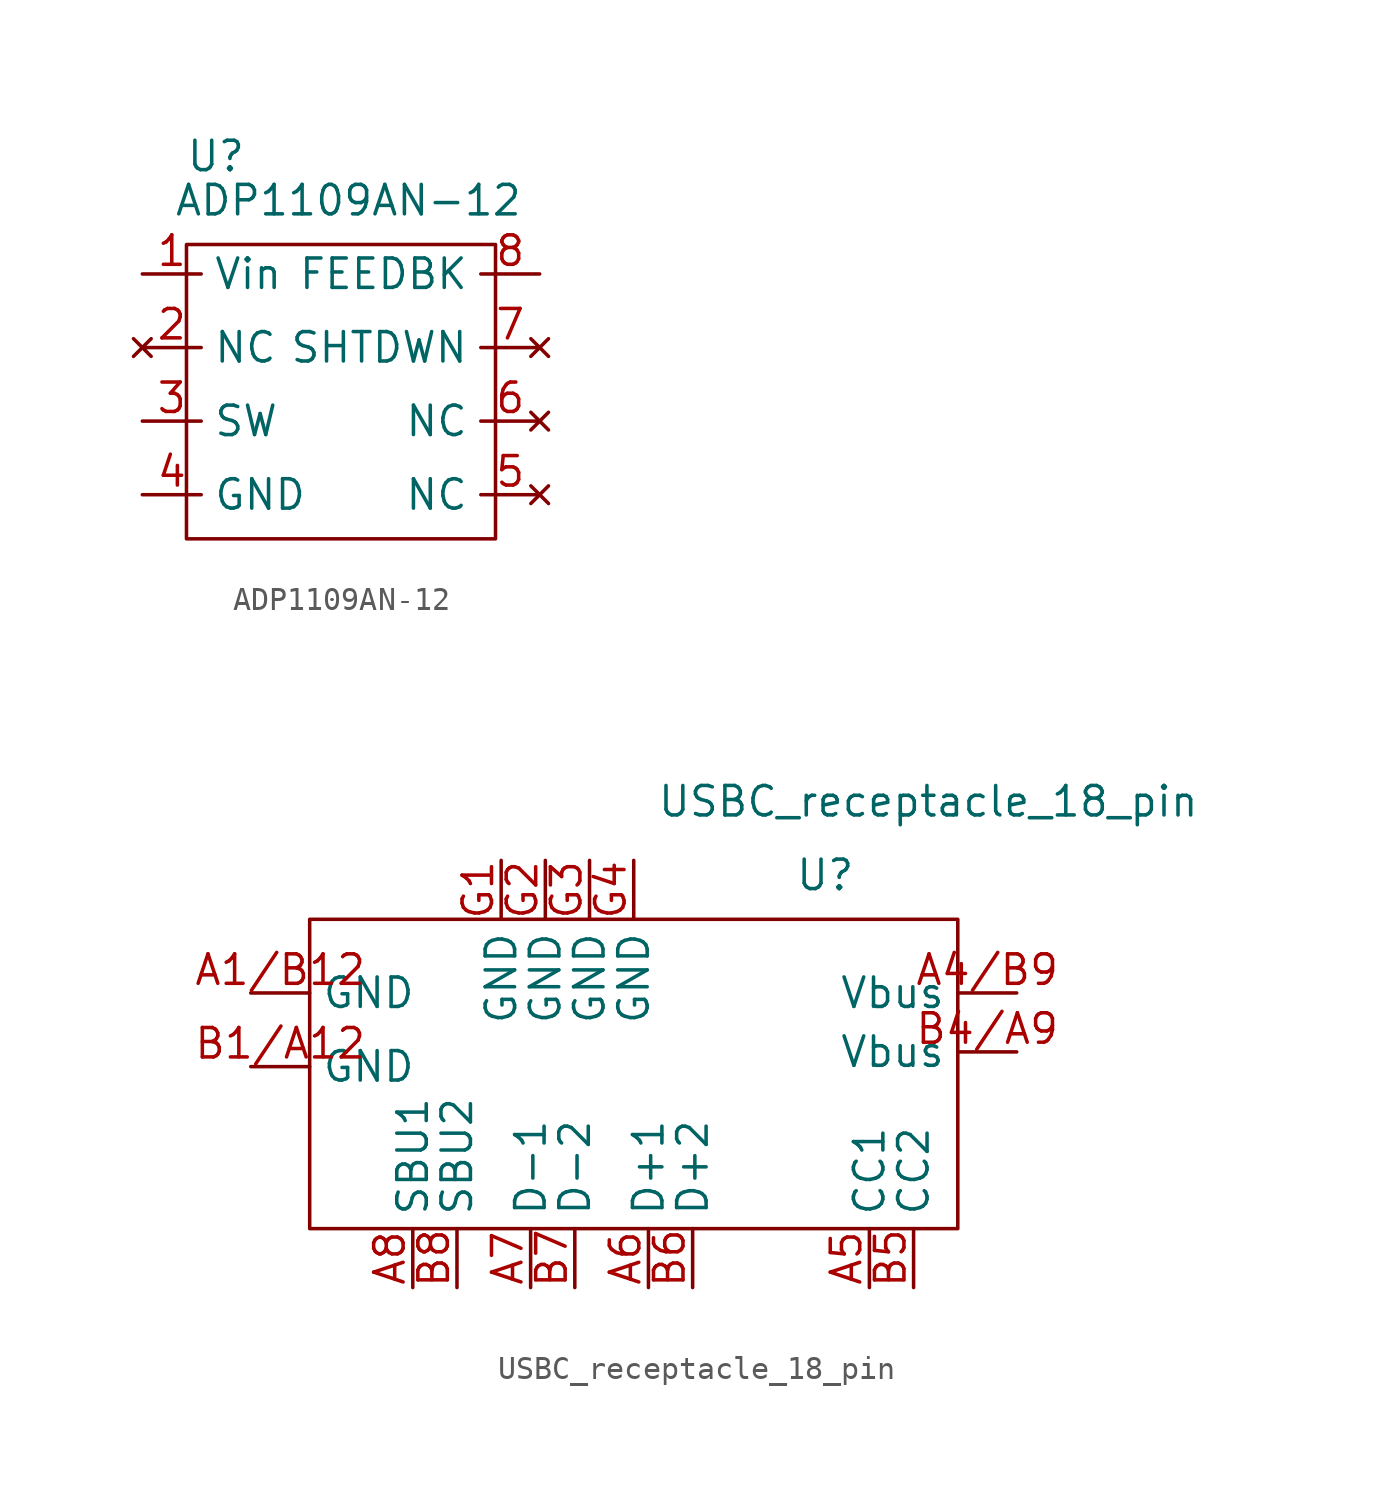
<source format=kicad_sym>
(kicad_symbol_lib
  (version 20211014)
  (generator kicad_symbol_editor)
  (symbol "ADP1109AN-12"
    (property "Reference" "U"
      (at -15.24 11.43 0)
      (effects (font (size 1.27 1.27))))
    (property "Value" "ADP1109AN-12"
      (at -9.525 9.525 0)
      (effects (font (size 1.27 1.27))))
    (symbol "ADP1109AN-12_0_1"
      (rectangle (start -16.51 7.62) (end -3.175 -5.08) (stroke (width 0) (type default) (color 0 0 0 0)) (fill (type none))))
    (symbol "ADP1109AN-12_1_1"
      (pin passive line (at -18.415 6.35 0) (length 2.54) (name "Vin" (effects (font (size 1.27 1.27)))) (number "1" (effects (font (size 1.27 1.27)))))
      (pin no_connect line (at -18.415 3.175 0) (length 2.54) (name "NC" (effects (font (size 1.27 1.27)))) (number "2" (effects (font (size 1.27 1.27)))))
      (pin input line (at -18.415 0 0) (length 2.54) (name "SW" (effects (font (size 1.27 1.27)))) (number "3" (effects (font (size 1.27 1.27)))))
      (pin passive line (at -18.415 -3.175 0) (length 2.54) (name "GND" (effects (font (size 1.27 1.27)))) (number "4" (effects (font (size 1.27 1.27)))))
      (pin no_connect line (at -1.27 -3.175 180) (length 2.54) (name "NC" (effects (font (size 1.27 1.27)))) (number "5" (effects (font (size 1.27 1.27)))))
      (pin no_connect line (at -1.27 0 180) (length 2.54) (name "NC" (effects (font (size 1.27 1.27)))) (number "6" (effects (font (size 1.27 1.27)))))
      (pin no_connect line (at -1.27 3.175 180) (length 2.54) (name "SHTDWN" (effects (font (size 1.27 1.27)))) (number "7" (effects (font (size 1.27 1.27)))))
      (pin passive line (at -1.27 6.35 180) (length 2.54) (name "FEEDBK" (effects (font (size 1.27 1.27)))) (number "8" (effects (font (size 1.27 1.27)))))))
  (symbol "USBC_receptacle_18_pin"
    (property "Reference" "U"
      (at 8.89 8.255 0)
      (effects (font (size 1.27 1.27))))
    (property "Value" "USBC_receptacle_18_pin"
      (at 13.335 11.43 0)
      (effects (font (size 1.27 1.27))))
    (symbol "USBC_receptacle_18_pin_0_0"
      (pin power_in line (at -15.875 3.175 0) (length 2.54) (name "GND" (effects (font (size 1.27 1.27)))) (number "A1/B12" (effects (font (size 1.27 1.27)))))
      (pin power_out line (at 17.145 3.175 180) (length 2.54) (name "Vbus" (effects (font (size 1.27 1.27)))) (number "A4/B9" (effects (font (size 1.27 1.27)))))
      (pin output line (at 10.795 -9.525 90) (length 2.54) (name "CC1" (effects (font (size 1.27 1.27)))) (number "A5" (effects (font (size 1.27 1.27)))))
      (pin output line (at 1.27 -9.525 90) (length 2.54) (name "D+1" (effects (font (size 1.27 1.27)))) (number "A6" (effects (font (size 1.27 1.27)))))
      (pin output line (at -3.81 -9.525 90) (length 2.54) (name "D-1" (effects (font (size 1.27 1.27)))) (number "A7" (effects (font (size 1.27 1.27)))))
      (pin output line (at -8.89 -9.525 90) (length 2.54) (name "SBU1" (effects (font (size 1.27 1.27)))) (number "A8" (effects (font (size 1.27 1.27)))))
      (pin power_in line (at -15.875 0 0) (length 2.54) (name "GND" (effects (font (size 1.27 1.27)))) (number "B1/A12" (effects (font (size 1.27 1.27)))))
      (pin power_out line (at 17.145 0.635 180) (length 2.54) (name "Vbus" (effects (font (size 1.27 1.27)))) (number "B4/A9" (effects (font (size 1.27 1.27)))))
      (pin output line (at 12.7 -9.525 90) (length 2.54) (name "CC2" (effects (font (size 1.27 1.27)))) (number "B5" (effects (font (size 1.27 1.27)))))
      (pin output line (at 3.175 -9.525 90) (length 2.54) (name "D+2" (effects (font (size 1.27 1.27)))) (number "B6" (effects (font (size 1.27 1.27)))))
      (pin output line (at -1.905 -9.525 90) (length 2.54) (name "D-2" (effects (font (size 1.27 1.27)))) (number "B7" (effects (font (size 1.27 1.27)))))
      (pin output line (at -6.985 -9.525 90) (length 2.54) (name "SBU2" (effects (font (size 1.27 1.27)))) (number "B8" (effects (font (size 1.27 1.27))))))
    (symbol "USBC_receptacle_18_pin_0_1"
      (rectangle (start -13.335 6.35) (end 14.605 -6.985) (stroke (width 0) (type default) (color 0 0 0 0)) (fill (type none))))
    (symbol "USBC_receptacle_18_pin_1_1"
      (pin passive line (at -5.08 8.89 270) (length 2.54) (name "GND" (effects (font (size 1.27 1.27)))) (number "G1" (effects (font (size 1.27 1.27)))))
      (pin passive line (at -3.175 8.89 270) (length 2.54) (name "GND" (effects (font (size 1.27 1.27)))) (number "G2" (effects (font (size 1.27 1.27)))))
      (pin passive line (at -1.27 8.89 270) (length 2.54) (name "GND" (effects (font (size 1.27 1.27)))) (number "G3" (effects (font (size 1.27 1.27)))))
      (pin passive line (at 0.635 8.89 270) (length 2.54) (name "GND" (effects (font (size 1.27 1.27)))) (number "G4" (effects (font (size 1.27 1.27))))))))
</source>
